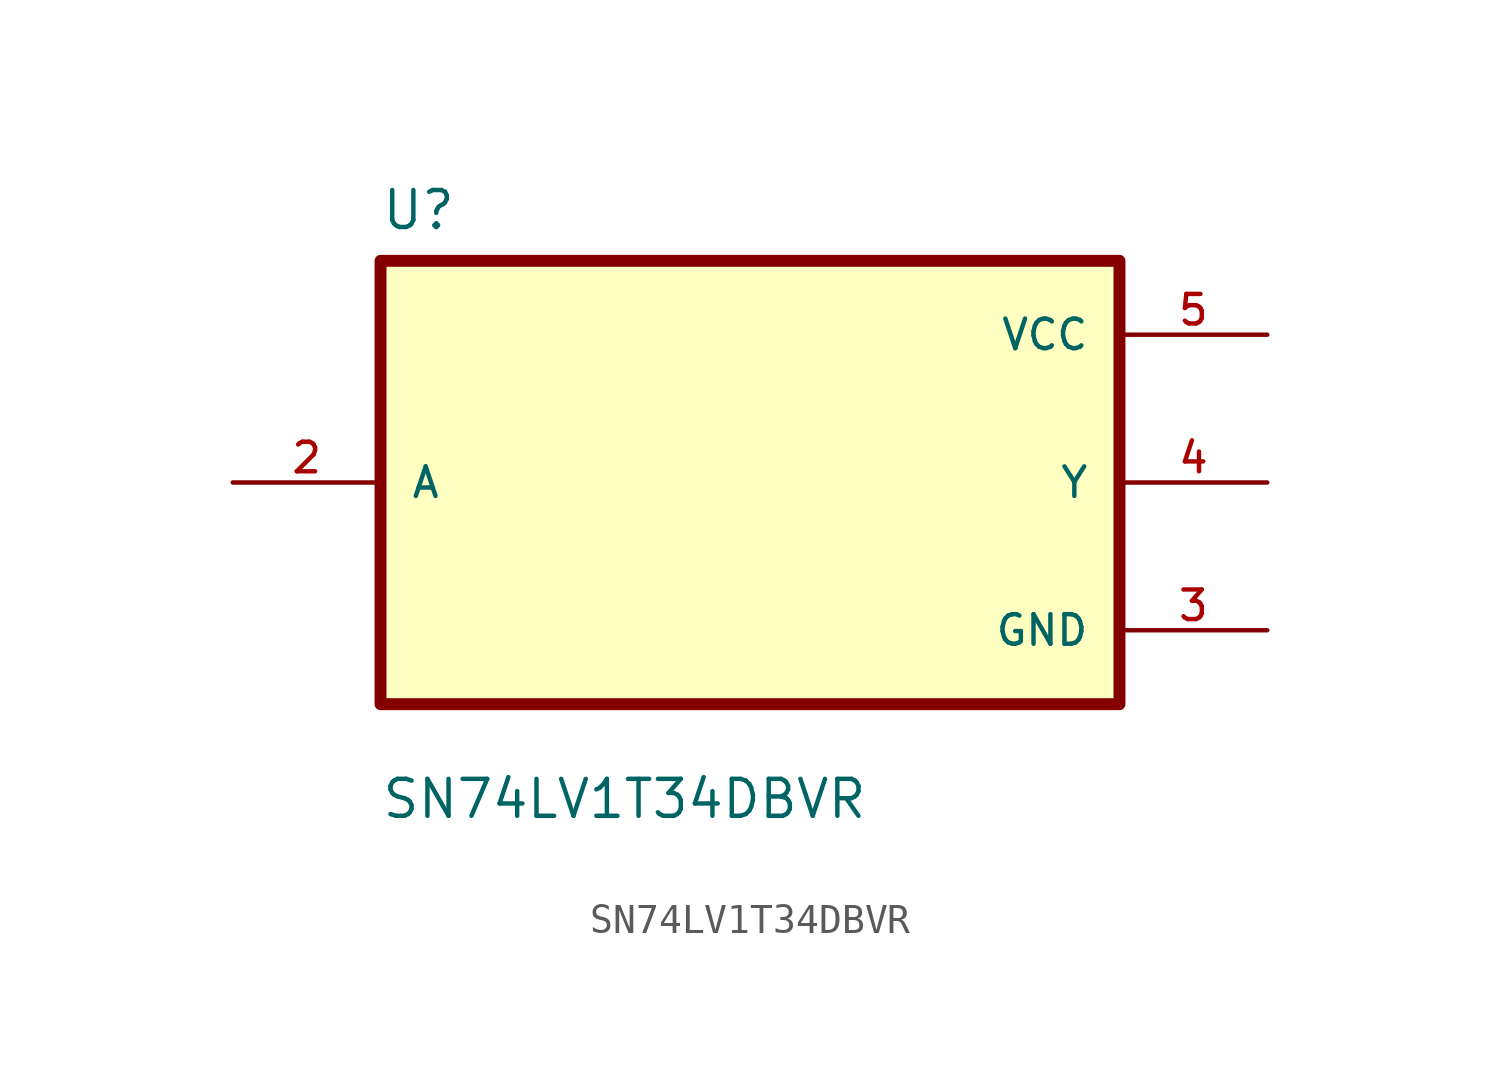
<source format=kicad_sym>
(kicad_symbol_lib
  (version 20211014)
  (generator kicad_symbol_editor)
  (symbol "SN74LV1T34DBVR"
    (pin_names
      (offset 1.016))
    (property "Reference" "U"
      (at -12.7 8.62 0.0)
      (effects (font (size 1.27 1.27)) (justify bottom left)))
    (property "Value" "SN74LV1T34DBVR"
      (at -12.7 -11.62 0.0)
      (effects (font (size 1.27 1.27)) (justify bottom left)))
    (symbol "SN74LV1T34DBVR_0_0"
      (rectangle (start -12.7 -7.62) (end 12.7 7.62) (stroke (width 0.41)) (fill (type background)))
      (pin input line (at -17.78 0.0 0) (length 5.08) (name "A" (effects (font (size 1.016 1.016)))) (number "2" (effects (font (size 1.016 1.016)))))
      (pin power_in line (at 17.78 5.08 180.0) (length 5.08) (name "VCC" (effects (font (size 1.016 1.016)))) (number "5" (effects (font (size 1.016 1.016)))))
      (pin output line (at 17.78 0.0 180.0) (length 5.08) (name "Y" (effects (font (size 1.016 1.016)))) (number "4" (effects (font (size 1.016 1.016)))))
      (pin power_in line (at 17.78 -5.08 180.0) (length 5.08) (name "GND" (effects (font (size 1.016 1.016)))) (number "3" (effects (font (size 1.016 1.016))))))))
</source>
